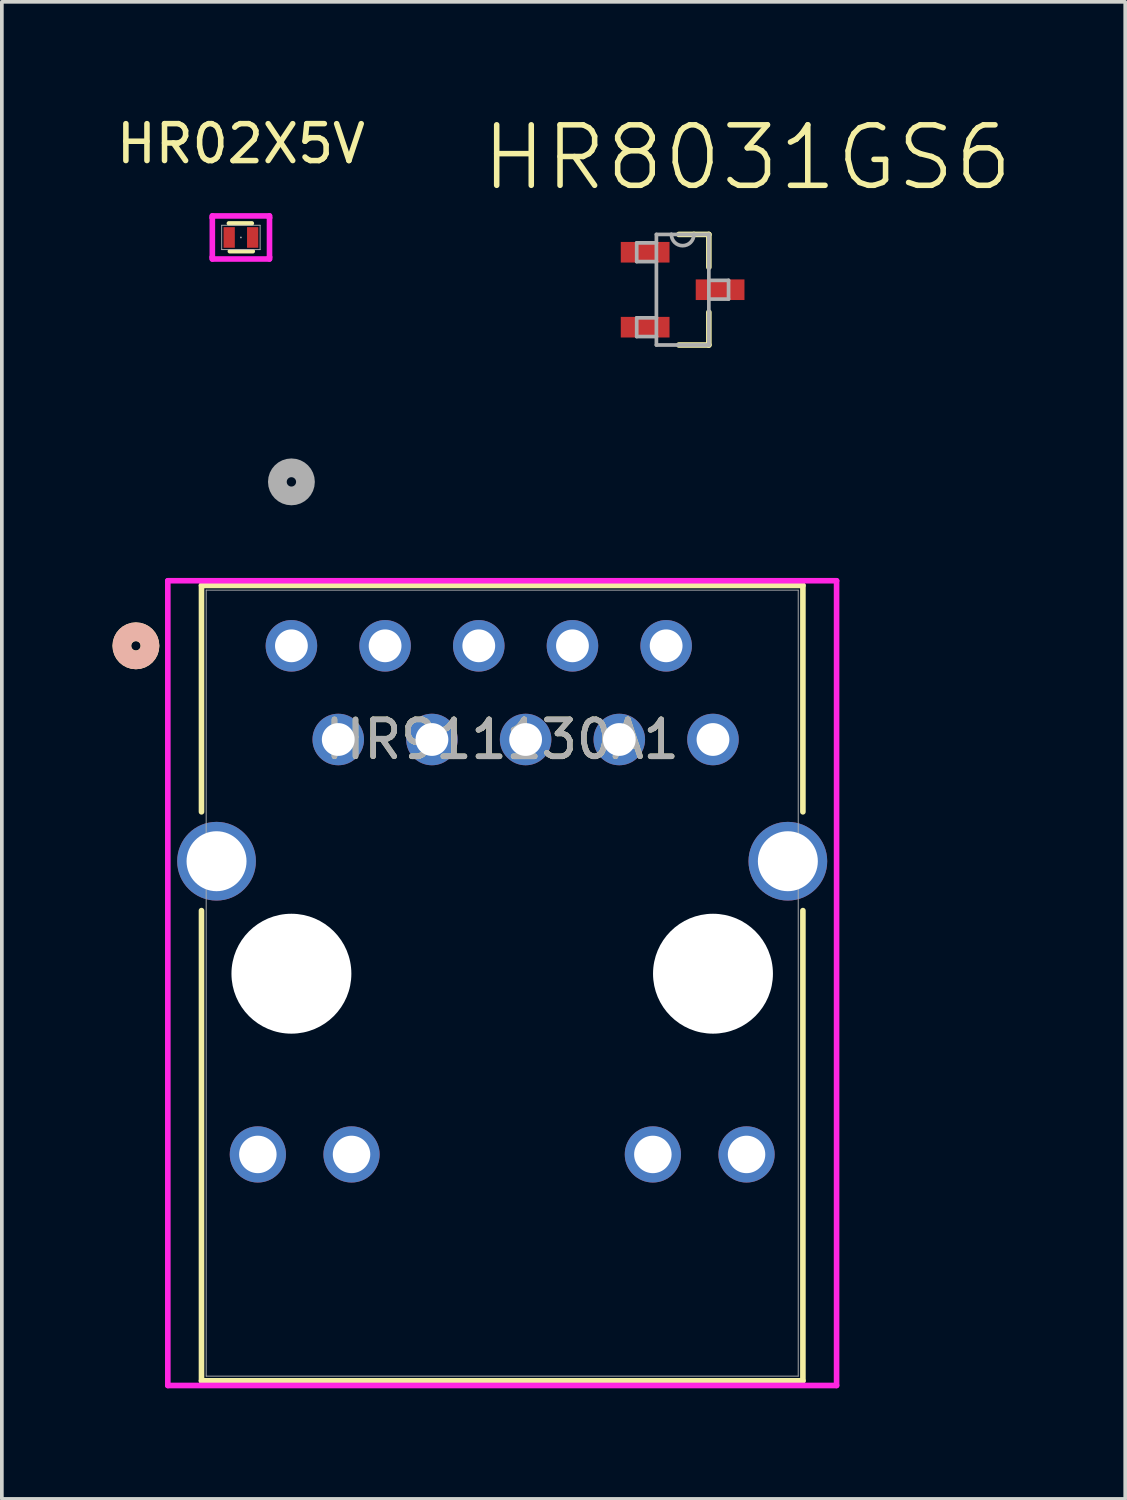
<source format=kicad_pcb>
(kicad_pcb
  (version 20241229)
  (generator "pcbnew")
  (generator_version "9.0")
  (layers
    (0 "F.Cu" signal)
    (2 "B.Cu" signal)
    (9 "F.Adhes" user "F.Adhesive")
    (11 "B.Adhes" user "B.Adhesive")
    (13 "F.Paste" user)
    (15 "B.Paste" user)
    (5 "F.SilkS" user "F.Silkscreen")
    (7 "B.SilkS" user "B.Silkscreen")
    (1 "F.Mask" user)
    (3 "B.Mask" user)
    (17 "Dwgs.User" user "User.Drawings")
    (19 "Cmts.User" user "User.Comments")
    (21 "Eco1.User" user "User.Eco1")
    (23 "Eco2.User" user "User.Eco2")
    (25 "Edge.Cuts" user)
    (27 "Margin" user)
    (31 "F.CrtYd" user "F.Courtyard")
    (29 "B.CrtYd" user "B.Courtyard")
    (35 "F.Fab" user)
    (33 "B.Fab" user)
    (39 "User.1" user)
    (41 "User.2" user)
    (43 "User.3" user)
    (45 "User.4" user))
  (footprint "HR02X5V"
    (layer "F.Cu")
    (at 3.482 3.388)
    (property "Reference" "HR02X5V" (at 0 -2.54 0) (unlocked yes) (layer "F.SilkS") (effects (font (size 1 1) (thickness 0.15))))
    (attr smd)
    (fp_line (start -0.328 -0.383) (end 0.297 -0.383) (stroke (width 0.12) (type default)) (layer "F.SilkS"))
    (fp_line (start -0.302 0.375) (end 0.323 0.375) (stroke (width 0.12) (type default)) (layer "F.SilkS"))
    (fp_line (start -0.775 -0.584) (end 0.775 -0.584) (stroke (width 0.152) (type solid)) (layer "F.CrtYd"))
    (fp_line (start -0.775 -0.533) (end -0.775 -0.584) (stroke (width 0.152) (type solid)) (layer "F.CrtYd"))
    (fp_line (start -0.775 -0.533) (end -0.775 -0.533) (stroke (width 0.152) (type solid)) (layer "F.CrtYd"))
    (fp_line (start -0.775 0.533) (end -0.775 -0.533) (stroke (width 0.152) (type solid)) (layer "F.CrtYd"))
    (fp_line (start -0.775 0.533) (end -0.775 0.533) (stroke (width 0.152) (type solid)) (layer "F.CrtYd"))
    (fp_line (start -0.775 0.584) (end -0.775 0.533) (stroke (width 0.152) (type solid)) (layer "F.CrtYd"))
    (fp_line (start 0.775 -0.584) (end 0.775 -0.533) (stroke (width 0.152) (type solid)) (layer "F.CrtYd"))
    (fp_line (start 0.775 -0.533) (end 0.775 -0.533) (stroke (width 0.152) (type solid)) (layer "F.CrtYd"))
    (fp_line (start 0.775 -0.533) (end 0.775 0.533) (stroke (width 0.152) (type solid)) (layer "F.CrtYd"))
    (fp_line (start 0.775 0.533) (end 0.775 0.533) (stroke (width 0.152) (type solid)) (layer "F.CrtYd"))
    (fp_line (start 0.775 0.533) (end 0.775 0.584) (stroke (width 0.152) (type solid)) (layer "F.CrtYd"))
    (fp_line (start 0.775 0.584) (end -0.775 0.584) (stroke (width 0.152) (type solid)) (layer "F.CrtYd"))
    (fp_line (start -0.521 -0.33) (end -0.521 0.33) (stroke (width 0.025) (type solid)) (layer "F.Fab"))
    (fp_line (start -0.521 0.33) (end 0.521 0.33) (stroke (width 0.025) (type solid)) (layer "F.Fab"))
    (fp_line (start 0.521 -0.33) (end -0.521 -0.33) (stroke (width 0.025) (type solid)) (layer "F.Fab"))
    (fp_line (start 0.521 0.33) (end 0.521 -0.33) (stroke (width 0.025) (type solid)) (layer "F.Fab"))
    (fp_circle (center 0 0) (end 0 0) (stroke (width 0.025) (type solid)) (fill no) (layer "F.Fab"))
    (pad "1" smd rect (at -0.318 0) (size 0.305 0.559) (layers "F.Cu" "F.Mask" "F.Paste"))
    (pad "2" smd rect (at 0.318 0) (size 0.305 0.559) (layers "F.Cu" "F.Mask" "F.Paste")))
  (footprint "HR911130A1"
    (layer "F.Cu")
    (at 4.851 14.46)
    (property "Reference" "HR911130A1" (at 5.715 2.54 0) (unlocked yes) (layer "F.SilkS") (effects (font (size 1 1) (thickness 0.15))))
    (attr through_hole)
    (fp_line (start -2.438 -1.637) (end -2.438 4.501) (stroke (width 0.152) (type solid)) (layer "F.SilkS"))
    (fp_line (start -2.438 7.179) (end -2.438 19.928) (stroke (width 0.152) (type solid)) (layer "F.SilkS"))
    (fp_line (start -2.438 19.928) (end 13.868 19.928) (stroke (width 0.152) (type solid)) (layer "F.SilkS"))
    (fp_line (start 13.868 -1.637) (end -2.438 -1.637) (stroke (width 0.152) (type solid)) (layer "F.SilkS"))
    (fp_line (start 13.868 4.501) (end 13.868 -1.637) (stroke (width 0.152) (type solid)) (layer "F.SilkS"))
    (fp_line (start 13.868 19.928) (end 13.868 7.179) (stroke (width 0.152) (type solid)) (layer "F.SilkS"))
    (fp_circle (center -4.216 0) (end -3.835 0) (stroke (width 0.508) (type solid)) (fill no) (layer "F.SilkS"))
    (fp_circle (center -4.216 0) (end -3.835 0) (stroke (width 0.508) (type solid)) (fill no) (layer "B.SilkS"))
    (fp_line (start -3.351 -1.764) (end -3.351 20.055) (stroke (width 0.152) (type solid)) (layer "F.CrtYd"))
    (fp_line (start -3.351 20.055) (end 14.781 20.055) (stroke (width 0.152) (type solid)) (layer "F.CrtYd"))
    (fp_line (start 14.781 -1.764) (end -3.351 -1.764) (stroke (width 0.152) (type solid)) (layer "F.CrtYd"))
    (fp_line (start 14.781 20.055) (end 14.781 -1.764) (stroke (width 0.152) (type solid)) (layer "F.CrtYd"))
    (fp_line (start -2.311 -1.51) (end -2.311 19.801) (stroke (width 0.025) (type solid)) (layer "F.Fab"))
    (fp_line (start -2.311 19.801) (end 13.741 19.801) (stroke (width 0.025) (type solid)) (layer "F.Fab"))
    (fp_line (start 13.741 -1.51) (end -2.311 -1.51) (stroke (width 0.025) (type solid)) (layer "F.Fab"))
    (fp_line (start 13.741 19.801) (end 13.741 -1.51) (stroke (width 0.025) (type solid)) (layer "F.Fab"))
    (fp_circle (center 0 -4.445) (end 0.381 -4.445) (stroke (width 0.508) (type solid)) (fill no) (layer "F.Fab"))
    (fp_text user "${REFERENCE}" (at 5.715 2.54 0) (unlocked yes) (layer "F.Fab") (effects (font (size 1 1) (thickness 0.15))))
    (pad "" np_thru_hole circle (at 0 8.89) (size 3.251 3.251) (drill 3.251) (layers "*.Cu" "*.Mask"))
    (pad "" np_thru_hole circle (at 11.43 8.89) (size 3.251 3.251) (drill 3.251) (layers "*.Cu" "*.Mask"))
    (pad "1" thru_hole circle (at 0 0) (size 1.397 1.397) (drill 0.889) (layers "*.Cu" "*.Mask"))
    (pad "2" thru_hole circle (at 1.27 2.54) (size 1.397 1.397) (drill 0.889) (layers "*.Cu" "*.Mask"))
    (pad "3" thru_hole circle (at 2.54 0) (size 1.397 1.397) (drill 0.889) (layers "*.Cu" "*.Mask"))
    (pad "4" thru_hole circle (at 3.81 2.54) (size 1.397 1.397) (drill 0.889) (layers "*.Cu" "*.Mask"))
    (pad "5" thru_hole circle (at 5.08 0) (size 1.397 1.397) (drill 0.889) (layers "*.Cu" "*.Mask"))
    (pad "6" thru_hole circle (at 6.35 2.54) (size 1.397 1.397) (drill 0.889) (layers "*.Cu" "*.Mask"))
    (pad "7" thru_hole circle (at 7.62 0) (size 1.397 1.397) (drill 0.889) (layers "*.Cu" "*.Mask"))
    (pad "8" thru_hole circle (at 8.89 2.54) (size 1.397 1.397) (drill 0.889) (layers "*.Cu" "*.Mask"))
    (pad "9" thru_hole circle (at 10.16 0) (size 1.397 1.397) (drill 0.889) (layers "*.Cu" "*.Mask"))
    (pad "10" thru_hole circle (at 11.43 2.54) (size 1.397 1.397) (drill 0.889) (layers "*.Cu" "*.Mask"))
    (pad "11" thru_hole circle (at -0.91 13.79) (size 1.524 1.524) (drill 1.016) (layers "*.Cu" "*.Mask"))
    (pad "12" thru_hole circle (at 1.63 13.79) (size 1.524 1.524) (drill 1.016) (layers "*.Cu" "*.Mask"))
    (pad "13" thru_hole circle (at 9.8 13.79) (size 1.524 1.524) (drill 1.016) (layers "*.Cu" "*.Mask"))
    (pad "14" thru_hole circle (at 12.34 13.79) (size 1.524 1.524) (drill 1.016) (layers "*.Cu" "*.Mask"))
    (pad "15" thru_hole circle (at -2.03 5.84) (size 2.134 2.134) (drill 1.626) (layers "*.Cu" "*.Mask"))
    (pad "16" thru_hole circle (at 13.46 5.84) (size 2.134 2.134) (drill 1.626) (layers "*.Cu" "*.Mask")))
  (footprint "HR8031GS6"
    (layer "F.Cu")
    (at 15.458 4.805)
    (property "Reference" "HR8031GS6" (at 1.753 -3.582 0) (layer "F.SilkS") (effects (font (size 1.64 1.64) (thickness 0.15))))
    (attr smd)
    (fp_line (start -0.102 1.499) (end 0.711 1.499) (stroke (width 0.152) (type solid)) (layer "F.SilkS"))
    (fp_line (start 0.305 -1.499) (end -0.102 -1.499) (stroke (width 0.152) (type solid)) (layer "F.SilkS"))
    (fp_line (start 0.711 -1.499) (end 0.305 -1.499) (stroke (width 0.152) (type solid)) (layer "F.SilkS"))
    (fp_line (start 0.711 -0.61) (end 0.711 -1.499) (stroke (width 0.152) (type solid)) (layer "F.SilkS"))
    (fp_line (start 0.711 1.499) (end 0.711 0.61) (stroke (width 0.152) (type solid)) (layer "F.SilkS"))
    (fp_line (start -1.245 -1.27) (end -1.245 -0.762) (stroke (width 0.1) (type solid)) (layer "F.Fab"))
    (fp_line (start -1.245 -0.762) (end -0.711 -0.762) (stroke (width 0.1) (type solid)) (layer "F.Fab"))
    (fp_line (start -1.245 0.762) (end -1.245 1.27) (stroke (width 0.1) (type solid)) (layer "F.Fab"))
    (fp_line (start -1.245 1.27) (end -0.711 1.27) (stroke (width 0.1) (type solid)) (layer "F.Fab"))
    (fp_line (start -0.711 -1.499) (end -0.711 -1.27) (stroke (width 0.1) (type solid)) (layer "F.Fab"))
    (fp_line (start -0.711 -1.27) (end -1.245 -1.27) (stroke (width 0.1) (type solid)) (layer "F.Fab"))
    (fp_line (start -0.711 -1.27) (end -0.711 -0.762) (stroke (width 0.1) (type solid)) (layer "F.Fab"))
    (fp_line (start -0.711 -0.762) (end -0.711 0.762) (stroke (width 0.1) (type solid)) (layer "F.Fab"))
    (fp_line (start -0.711 0.762) (end -1.245 0.762) (stroke (width 0.1) (type solid)) (layer "F.Fab"))
    (fp_line (start -0.711 1.27) (end -0.711 0.762) (stroke (width 0.1) (type solid)) (layer "F.Fab"))
    (fp_line (start -0.711 1.499) (end -0.711 1.27) (stroke (width 0.1) (type solid)) (layer "F.Fab"))
    (fp_line (start -0.711 1.499) (end 0.711 1.499) (stroke (width 0.1) (type solid)) (layer "F.Fab"))
    (fp_line (start -0.305 -1.499) (end -0.711 -1.499) (stroke (width 0.1) (type solid)) (layer "F.Fab"))
    (fp_line (start 0.305 -1.499) (end -0.305 -1.499) (stroke (width 0.1) (type solid)) (layer "F.Fab"))
    (fp_line (start 0.711 -1.499) (end 0.305 -1.499) (stroke (width 0.1) (type solid)) (layer "F.Fab"))
    (fp_line (start 0.711 -0.254) (end 0.711 -1.499) (stroke (width 0.1) (type solid)) (layer "F.Fab"))
    (fp_line (start 0.711 0.254) (end 0.711 -0.254) (stroke (width 0.1) (type solid)) (layer "F.Fab"))
    (fp_line (start 0.711 0.254) (end 1.245 0.254) (stroke (width 0.1) (type solid)) (layer "F.Fab"))
    (fp_line (start 0.711 1.499) (end 0.711 0.254) (stroke (width 0.1) (type solid)) (layer "F.Fab"))
    (fp_line (start 1.245 -0.254) (end 0.711 -0.254) (stroke (width 0.1) (type solid)) (layer "F.Fab"))
    (fp_line (start 1.245 0.254) (end 1.245 -0.254) (stroke (width 0.1) (type solid)) (layer "F.Fab"))
    (fp_arc (start 0.3048 -1.4986) (mid 0 -1.1938) (end -0.3048 -1.4986) (stroke (width 0.1) (type solid)) (layer "F.Fab"))
    (pad "1" smd rect (at -1.016 -1.016) (size 1.321 0.559) (layers "F.Cu" "F.Mask" "F.Paste"))
    (pad "2" smd rect (at -1.016 1.016) (size 1.321 0.559) (layers "F.Cu" "F.Mask" "F.Paste"))
    (pad "3" smd rect (at 1.016 0) (size 1.321 0.559) (layers "F.Cu" "F.Mask" "F.Paste")))
  (gr_rect
    (start -3 -3)
    (end 27.458 37.59)
    (stroke (width 0.1) (type default))
    (fill no)
    (layer "Edge.Cuts")))
</source>
